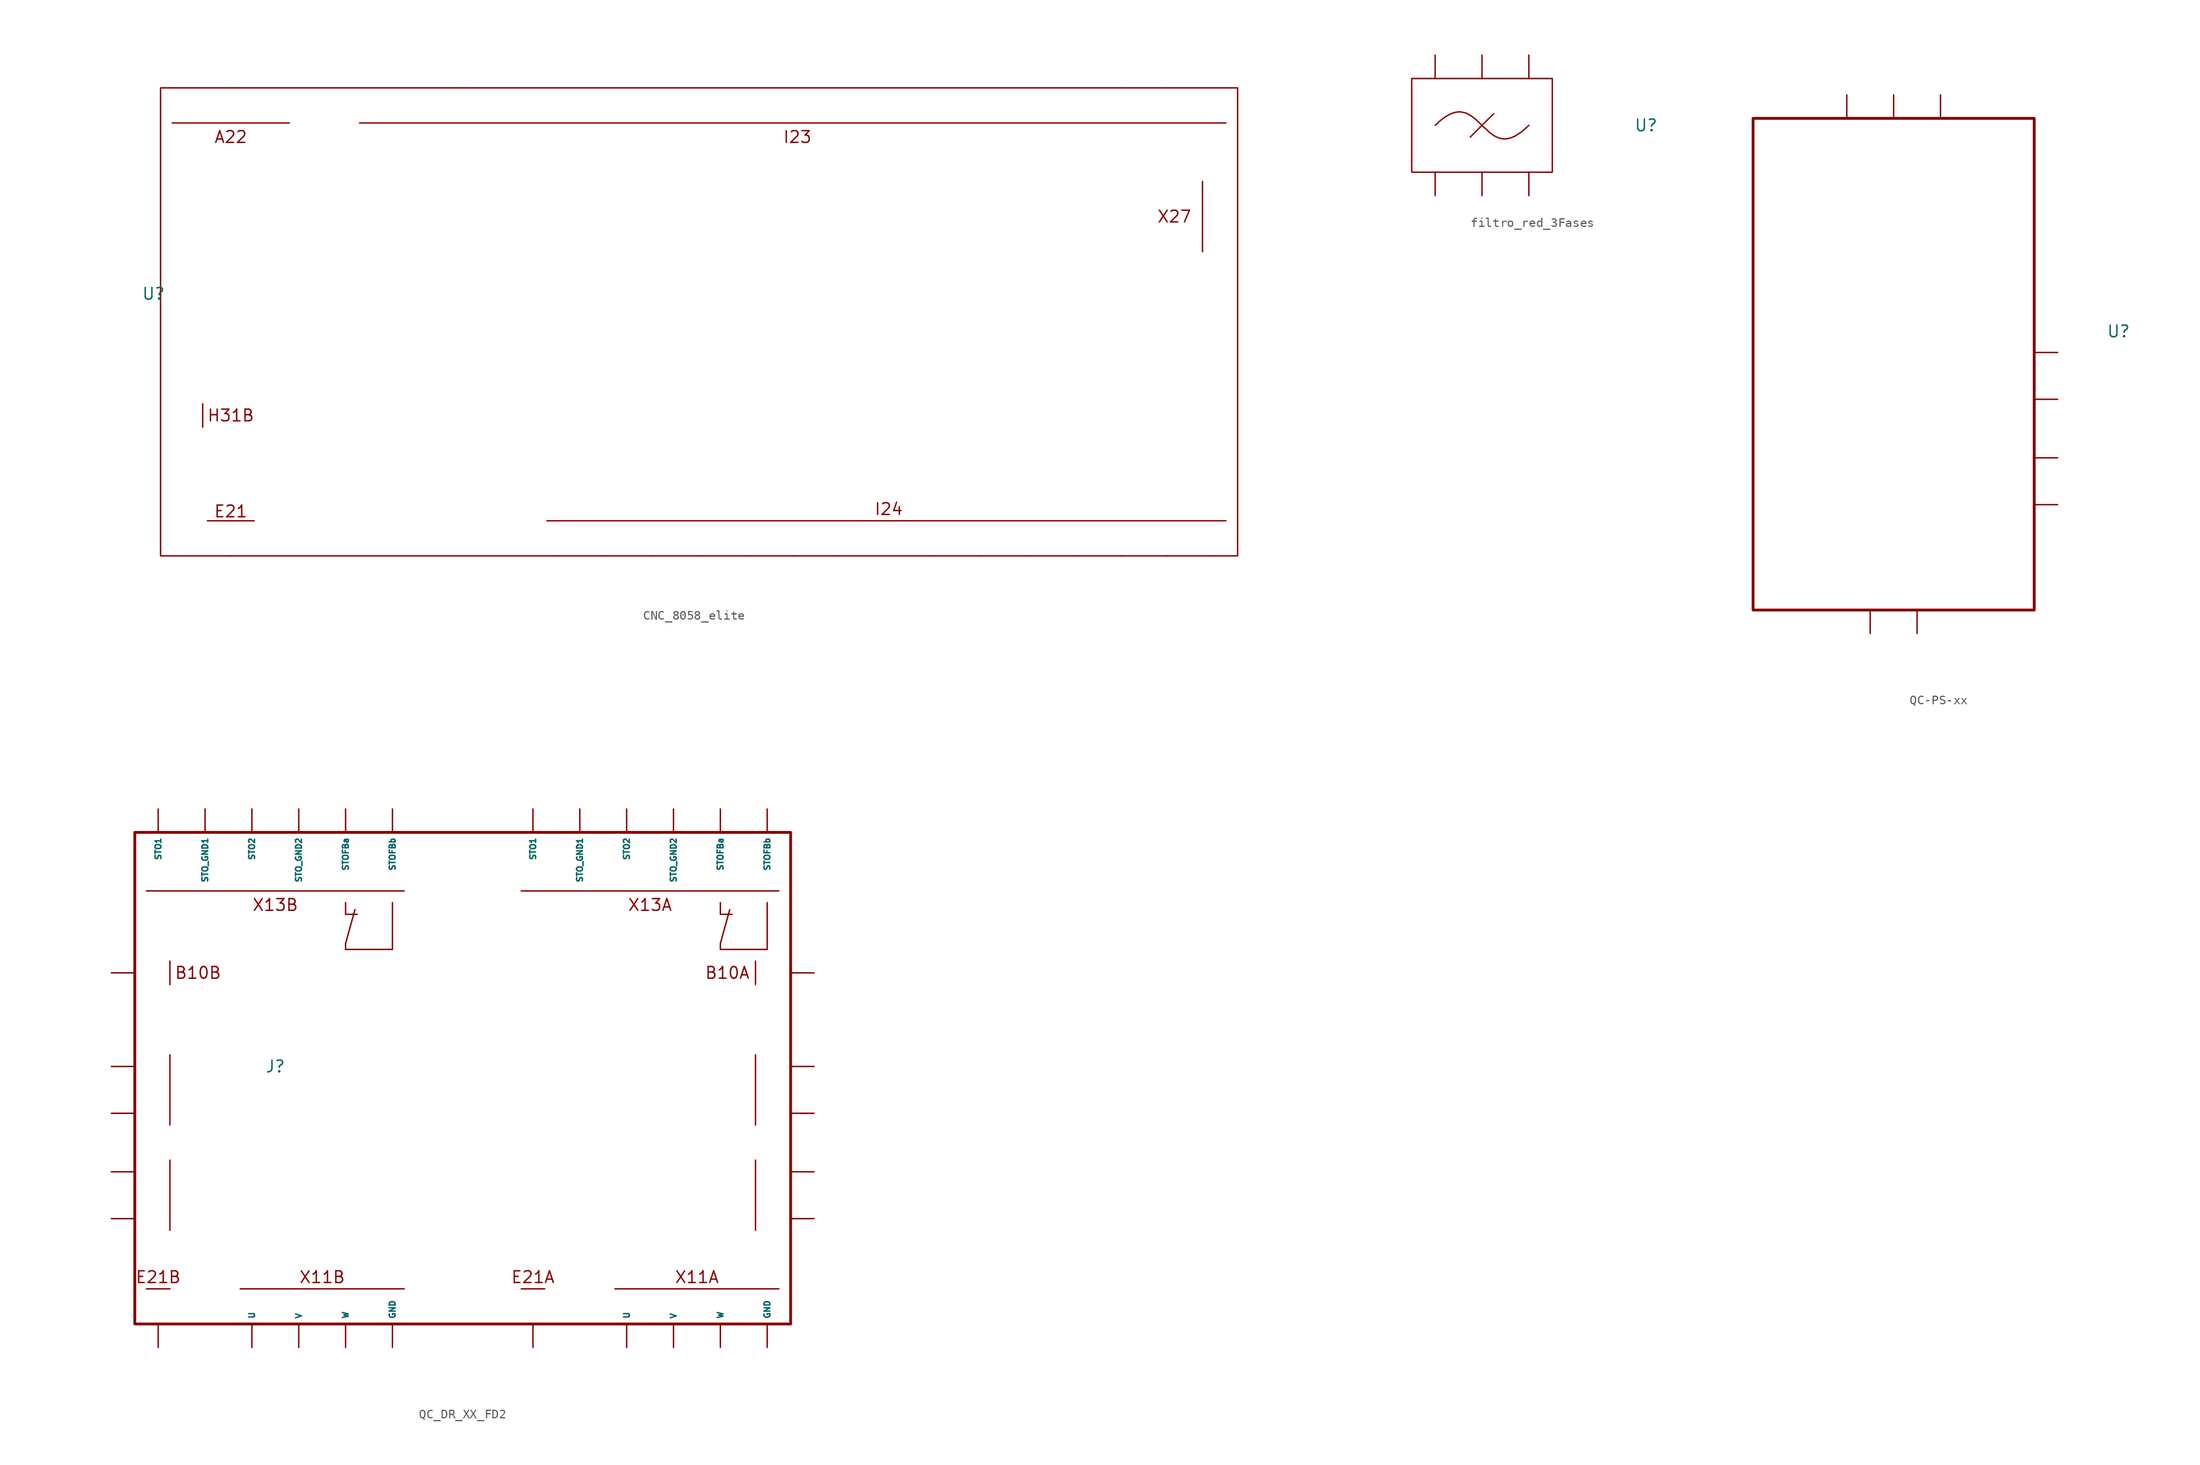
<source format=kicad_sym>
(kicad_symbol_lib
  (version 20241209)
  (generator "kicad_symbol_editor")
  (generator_version "9.0")
  (symbol "CNC_8058_elite"
    (property "Reference" "U"
      (at -59.182 3.048 0)
      (effects (font (size 1.27 1.27))))
    (property "Value" ""
      (at -25.4 0 0)
      (effects (font (size 1.27 1.27))))
    (symbol "CNC_8058_elite_0_1"
      (rectangle (start -58.42 25.4) (end 58.42 -25.4) (stroke (width 0) (type default)) (fill (type none)))
      (polyline (pts (xy -57.15 21.59) (xy -44.45 21.59)) (stroke (width 0) (type default)) (fill (type none)))
      (polyline (pts (xy -53.848 -8.89) (xy -53.848 -11.43)) (stroke (width 0) (type default)) (fill (type none)))
      (polyline (pts (xy -53.34 -21.59) (xy -48.26 -21.59)) (stroke (width 0) (type default)) (fill (type none)))
      (polyline (pts (xy -36.83 21.59) (xy 57.15 21.59)) (stroke (width 0) (type default)) (fill (type none)))
      (polyline (pts (xy -16.51 -21.59) (xy 57.15 -21.59)) (stroke (width 0) (type default)) (fill (type none)))
      (polyline (pts (xy 54.61 15.24) (xy 54.61 7.62)) (stroke (width 0) (type default)) (fill (type none))))
    (symbol "CNC_8058_elite_1_1"
      (text "A22" (at -50.8 20.066 0) (effects (font (size 1.27 1.27))))
      (text "H31B" (at -50.8 -10.16 0) (effects (font (size 1.27 1.27))))
      (text "E21" (at -50.8 -20.574 0) (effects (font (size 1.27 1.27))))
      (text "I23" (at 10.668 20.066 0) (effects (font (size 1.27 1.27))))
      (text "I24" (at 20.574 -20.32 0) (effects (font (size 1.27 1.27))))
      (text "X27" (at 51.562 11.43 0) (effects (font (size 1.27 1.27))))
      (pin input line (at -58.42 -10.16 0) (length 0) (name "" (effects (font (size 0.635 0.635)))) (number "" (effects (font (size 0.635 0.635)))))
      (pin input line (at -55.88 25.4 270) (length 0) (name "" (effects (font (size 0.635 0.635)))) (number "" (effects (font (size 0.635 0.635)))))
      (pin input line (at -50.8 25.4 270) (length 0) (name "" (effects (font (size 0.635 0.635)))) (number "" (effects (font (size 0.635 0.635)))))
      (pin input line (at -50.8 -25.4 90) (length 0) (name "" (effects (font (size 0.635 0.635)))) (number "" (effects (font (size 0.635 0.635)))))
      (pin input line (at -45.72 25.4 270) (length 0) (name "" (effects (font (size 0.635 0.635)))) (number "" (effects (font (size 0.635 0.635)))))
      (pin input line (at -35.56 25.4 270) (length 0) (name "" (effects (font (size 0.635 0.635)))) (number "" (effects (font (size 0.635 0.635)))))
      (pin input line (at -30.48 25.4 270) (length 0) (name "" (effects (font (size 0.635 0.635)))) (number "" (effects (font (size 0.635 0.635)))))
      (pin input line (at -25.4 25.4 270) (length 0) (name "" (effects (font (size 0.635 0.635)))) (number "" (effects (font (size 0.635 0.635)))))
      (pin input line (at -20.32 25.4 270) (length 0) (name "" (effects (font (size 0.635 0.635)))) (number "" (effects (font (size 0.635 0.635)))))
      (pin input line (at -15.24 25.4 270) (length 0) (name "" (effects (font (size 0.635 0.635)))) (number "" (effects (font (size 0.635 0.635)))))
      (pin output line (at -15.24 -25.4 90) (length 0) (name "" (effects (font (size 0.635 0.635)))) (number "" (effects (font (size 0.635 0.635)))))
      (pin input line (at -10.16 25.4 270) (length 0) (name "" (effects (font (size 0.635 0.635)))) (number "" (effects (font (size 0.635 0.635)))))
      (pin output line (at -10.16 -25.4 90) (length 0) (name "" (effects (font (size 0.635 0.635)))) (number "" (effects (font (size 0.635 0.635)))))
      (pin input line (at -5.08 25.4 270) (length 0) (name "" (effects (font (size 0.635 0.635)))) (number "" (effects (font (size 0.635 0.635)))))
      (pin output line (at -5.08 -25.4 90) (length 0) (name "" (effects (font (size 0.635 0.635)))) (number "" (effects (font (size 0.635 0.635)))))
      (pin input line (at 0 25.4 270) (length 0) (name "" (effects (font (size 0.635 0.635)))) (number "" (effects (font (size 0.635 0.635)))))
      (pin output line (at 0 -25.4 90) (length 0) (name "" (effects (font (size 0.635 0.635)))) (number "" (effects (font (size 0.635 0.635)))))
      (pin input line (at 5.08 25.4 270) (length 0) (name "" (effects (font (size 0.635 0.635)))) (number "" (effects (font (size 0.635 0.635)))))
      (pin output line (at 5.08 -25.4 90) (length 0) (name "" (effects (font (size 0.635 0.635)))) (number "" (effects (font (size 0.635 0.635)))))
      (pin output line (at 10.16 -25.4 90) (length 0) (name "" (effects (font (size 0.635 0.635)))) (number "" (effects (font (size 0.635 0.635)))))
      (pin input line (at 15.24 25.4 270) (length 0) (name "" (effects (font (size 0.635 0.635)))) (number "" (effects (font (size 0.635 0.635)))))
      (pin output line (at 15.24 -25.4 90) (length 0) (name "" (effects (font (size 0.635 0.635)))) (number "" (effects (font (size 0.635 0.635)))))
      (pin input line (at 20.32 25.4 270) (length 0) (name "" (effects (font (size 0.635 0.635)))) (number "" (effects (font (size 0.635 0.635)))))
      (pin input line (at 25.4 25.4 270) (length 0) (name "" (effects (font (size 0.635 0.635)))) (number "" (effects (font (size 0.635 0.635)))))
      (pin output line (at 25.4 -25.4 90) (length 0) (name "" (effects (font (size 0.635 0.635)))) (number "" (effects (font (size 0.635 0.635)))))
      (pin input line (at 30.48 25.4 270) (length 0) (name "" (effects (font (size 0.635 0.635)))) (number "" (effects (font (size 0.635 0.635)))))
      (pin output line (at 30.48 -25.4 90) (length 0) (name "" (effects (font (size 0.635 0.635)))) (number "" (effects (font (size 0.635 0.635)))))
      (pin input line (at 35.56 25.4 270) (length 0) (name "" (effects (font (size 0.635 0.635)))) (number "" (effects (font (size 0.635 0.635)))))
      (pin output line (at 35.56 -25.4 90) (length 0) (name "" (effects (font (size 0.635 0.635)))) (number "" (effects (font (size 0.635 0.635)))))
      (pin input line (at 40.64 25.4 270) (length 0) (name "" (effects (font (size 0.635 0.635)))) (number "" (effects (font (size 0.635 0.635)))))
      (pin output line (at 40.64 -25.4 90) (length 0) (name "" (effects (font (size 0.635 0.635)))) (number "" (effects (font (size 0.635 0.635)))))
      (pin input line (at 45.72 25.4 270) (length 0) (name "" (effects (font (size 0.635 0.635)))) (number "" (effects (font (size 0.635 0.635)))))
      (pin output line (at 45.72 -25.4 90) (length 0) (name "" (effects (font (size 0.635 0.635)))) (number "" (effects (font (size 0.635 0.635)))))
      (pin input line (at 50.8 25.4 270) (length 0) (name "" (effects (font (size 0.635 0.635)))) (number "" (effects (font (size 0.635 0.635)))))
      (pin output line (at 50.8 -25.4 90) (length 0) (name "" (effects (font (size 0.635 0.635)))) (number "" (effects (font (size 0.635 0.635)))))
      (pin input line (at 55.88 25.4 270) (length 0) (name "" (effects (font (size 0.635 0.635)))) (number "" (effects (font (size 0.635 0.635)))))
      (pin output line (at 55.88 -25.4 90) (length 0) (name "" (effects (font (size 0.635 0.635)))) (number "" (effects (font (size 0.635 0.635)))))
      (pin input line (at 58.42 13.97 180) (length 0) (name "" (effects (font (size 0.635 0.635)))) (number "" (effects (font (size 0.635 0.635)))))
      (pin output line (at 58.42 8.89 180) (length 0) (name "" (effects (font (size 0.635 0.635)))) (number "" (effects (font (size 0.635 0.635)))))))
  (symbol "filtro_red_3Fases"
    (property "Reference" "U"
      (at 17.78 0 0)
      (effects (font (size 1.27 1.27))))
    (property "Value" ""
      (at 0 0 0)
      (effects (font (size 1.27 1.27))))
    (symbol "filtro_red_3Fases_0_1"
      (rectangle (start -7.62 5.08) (end 7.62 -5.08) (stroke (width 0) (type default)) (fill (type none)))
      (bezier (pts (xy -5.08 0) (xy 0 5.08) (xy 0 -5.08) (xy 5.08 0)) (stroke (width 0) (type default)) (fill (type none)))
      (polyline (pts (xy -1.27 -1.27) (xy 1.27 1.27)) (stroke (width 0) (type default)) (fill (type none))))
    (symbol "filtro_red_3Fases_1_1"
      (pin input line (at -5.08 7.62 270) (length 2.54) (name "" (effects (font (size 1.27 1.27)))) (number "" (effects (font (size 1.27 1.27)))))
      (pin output line (at -5.08 -7.62 90) (length 2.54) (name "" (effects (font (size 1.27 1.27)))) (number "" (effects (font (size 1.27 1.27)))))
      (pin input line (at 0 7.62 270) (length 2.54) (name "" (effects (font (size 1.27 1.27)))) (number "" (effects (font (size 1.27 1.27)))))
      (pin output line (at 0 -7.62 90) (length 2.54) (name "" (effects (font (size 1.27 1.27)))) (number "" (effects (font (size 1.27 1.27)))))
      (pin input line (at 5.08 7.62 270) (length 2.54) (name "" (effects (font (size 1.27 1.27)))) (number "" (effects (font (size 1.27 1.27)))))
      (pin output line (at 5.08 -7.62 90) (length 2.54) (name "" (effects (font (size 1.27 1.27)))) (number "" (effects (font (size 1.27 1.27)))))))
  (symbol "QC-PS-xx"
    (property "Reference" "U"
      (at 24.384 3.556 0)
      (effects (font (size 1.27 1.27))))
    (property "Value" ""
      (at 0 0 0)
      (effects (font (size 1.27 1.27))))
    (symbol "QC-PS-xx_1_1"
      (rectangle (start -15.24 26.67) (end 15.24 -26.67) (stroke (width 0.305) (type solid)) (fill (type none)))
      (pin input line (at -5.08 29.21 270) (length 2.54) (name "" (effects (font (size 1.27 1.27)))) (number "" (effects (font (size 1.27 1.27)))))
      (pin output line (at -2.54 -29.21 90) (length 2.54) (name "" (effects (font (size 1.27 1.27)))) (number "" (effects (font (size 1.27 1.27)))))
      (pin input line (at 0 29.21 270) (length 2.54) (name "" (effects (font (size 1.27 1.27)))) (number "" (effects (font (size 1.27 1.27)))))
      (pin input line (at 2.54 -29.21 90) (length 2.54) (name "" (effects (font (size 1.27 1.27)))) (number "" (effects (font (size 1.27 1.27)))))
      (pin input line (at 5.08 29.21 270) (length 2.54) (name "" (effects (font (size 1.27 1.27)))) (number "" (effects (font (size 1.27 1.27)))))
      (pin output line (at 17.78 1.27 180) (length 2.54) (name "" (effects (font (size 1.27 1.27)))) (number "" (effects (font (size 1.27 1.27)))))
      (pin output line (at 17.78 -3.81 180) (length 2.54) (name "" (effects (font (size 1.27 1.27)))) (number "" (effects (font (size 1.27 1.27)))))
      (pin output line (at 17.78 -10.16 180) (length 2.54) (name "" (effects (font (size 1.27 1.27)))) (number "" (effects (font (size 1.27 1.27)))))
      (pin output line (at 17.78 -15.24 180) (length 2.54) (name "" (effects (font (size 1.27 1.27)))) (number "" (effects (font (size 1.27 1.27)))))))
  (symbol "QC_DR_XX_FD2"
    (property "Reference" "J"
      (at -20.32 0 0)
      (effects (font (size 1.27 1.27))))
    (property "Value" ""
      (at 0 0 0)
      (effects (font (size 1.27 1.27))))
    (symbol "QC_DR_XX_FD2_1_1"
      (rectangle (start -35.56 25.4) (end 35.56 -27.94) (stroke (width 0.305) (type solid)) (fill (type none)))
      (polyline (pts (xy -31.75 11.43) (xy -31.75 8.89)) (stroke (width 0) (type default)) (fill (type none)))
      (polyline (pts (xy -31.75 1.27) (xy -31.75 -6.35)) (stroke (width 0) (type default)) (fill (type none)))
      (polyline (pts (xy -31.75 -10.16) (xy -31.75 -17.78)) (stroke (width 0) (type default)) (fill (type none)))
      (polyline (pts (xy -31.75 -24.13) (xy -34.29 -24.13)) (stroke (width 0) (type default)) (fill (type none)))
      (polyline (pts (xy -24.13 -24.13) (xy -6.35 -24.13)) (stroke (width 0) (type default)) (fill (type none)))
      (polyline (pts (xy -12.7 17.78) (xy -12.7 16.51) (xy -11.43 16.51)) (stroke (width 0) (type default)) (fill (type none)))
      (polyline (pts (xy -12.7 13.335) (xy -12.7 12.7)) (stroke (width 0) (type default)) (fill (type none)))
      (polyline (pts (xy -12.7 13.335) (xy -11.684 17.018)) (stroke (width 0) (type default)) (fill (type none)))
      (polyline (pts (xy -7.62 17.78) (xy -7.62 12.7) (xy -12.7 12.7)) (stroke (width 0) (type default)) (fill (type none)))
      (polyline (pts (xy -6.35 19.05) (xy -34.29 19.05)) (stroke (width 0) (type default)) (fill (type none)))
      (polyline (pts (xy 8.89 -24.13) (xy 6.35 -24.13)) (stroke (width 0) (type default)) (fill (type none)))
      (polyline (pts (xy 16.51 -24.13) (xy 34.29 -24.13)) (stroke (width 0) (type default)) (fill (type none)))
      (polyline (pts (xy 27.94 17.78) (xy 27.94 16.51) (xy 29.21 16.51)) (stroke (width 0) (type default)) (fill (type none)))
      (polyline (pts (xy 27.94 13.335) (xy 27.94 12.7)) (stroke (width 0) (type default)) (fill (type none)))
      (polyline (pts (xy 27.94 13.335) (xy 28.956 17.018)) (stroke (width 0) (type default)) (fill (type none)))
      (polyline (pts (xy 31.75 11.43) (xy 31.75 8.89)) (stroke (width 0) (type default)) (fill (type none)))
      (polyline (pts (xy 31.75 1.27) (xy 31.75 -6.35)) (stroke (width 0) (type default)) (fill (type none)))
      (polyline (pts (xy 31.75 -10.16) (xy 31.75 -17.78)) (stroke (width 0) (type default)) (fill (type none)))
      (polyline (pts (xy 33.02 17.78) (xy 33.02 12.7) (xy 27.94 12.7)) (stroke (width 0) (type default)) (fill (type none)))
      (polyline (pts (xy 34.29 19.05) (xy 6.35 19.05)) (stroke (width 0) (type default)) (fill (type none)))
      (text "E21B" (at -33.02 -22.86 0) (effects (font (size 1.27 1.27))))
      (text "B10B" (at -28.702 10.16 0) (effects (font (size 1.27 1.27))))
      (text "X13B" (at -20.32 17.526 0) (effects (font (size 1.27 1.27))))
      (text "X11B" (at -15.24 -22.86 0) (effects (font (size 1.27 1.27))))
      (text "E21A" (at 7.62 -22.86 0) (effects (font (size 1.27 1.27))))
      (text "X13A" (at 20.32 17.526 0) (effects (font (size 1.27 1.27))))
      (text "X11A" (at 25.4 -22.86 0) (effects (font (size 1.27 1.27))))
      (text "B10A" (at 28.702 10.16 0) (effects (font (size 1.27 1.27))))
      (pin output line (at -38.1 10.16 0) (length 2.54) (name "" (effects (font (size 1.27 1.27)))) (number "" (effects (font (size 0.635 0.635)))))
      (pin output line (at -38.1 0 0) (length 2.54) (name "" (effects (font (size 1.27 1.27)))) (number "" (effects (font (size 0.635 0.635)))))
      (pin output line (at -38.1 -5.08 0) (length 2.54) (name "" (effects (font (size 1.27 1.27)))) (number "" (effects (font (size 0.635 0.635)))))
      (pin output line (at -38.1 -11.43 0) (length 2.54) (name "" (effects (font (size 1.27 1.27)))) (number "" (effects (font (size 0.635 0.635)))))
      (pin output line (at -38.1 -16.51 0) (length 2.54) (name "" (effects (font (size 1.27 1.27)))) (number "" (effects (font (size 0.635 0.635)))))
      (pin output line (at -33.02 27.94 270) (length 2.54) (name "STO1" (effects (font (size 0.635 0.635)))) (number "" (effects (font (size 0.635 0.635)))))
      (pin output line (at -33.02 -30.48 90) (length 2.54) (name "" (effects (font (size 1.27 1.27)))) (number "" (effects (font (size 0.635 0.635)))))
      (pin output line (at -27.94 27.94 270) (length 2.54) (name "STO_GND1" (effects (font (size 0.635 0.635)))) (number "" (effects (font (size 0.635 0.635)))))
      (pin output line (at -22.86 27.94 270) (length 2.54) (name "STO2" (effects (font (size 0.635 0.635)))) (number "" (effects (font (size 0.635 0.635)))))
      (pin output line (at -22.86 -30.48 90) (length 2.54) (name "U" (effects (font (size 0.635 0.635)))) (number "" (effects (font (size 0.635 0.635)))))
      (pin output line (at -17.78 27.94 270) (length 2.54) (name "STO_GND2" (effects (font (size 0.635 0.635)))) (number "" (effects (font (size 0.635 0.635)))))
      (pin output line (at -17.78 -30.48 90) (length 2.54) (name "V" (effects (font (size 0.635 0.635)))) (number "" (effects (font (size 0.635 0.635)))))
      (pin output line (at -12.7 27.94 270) (length 2.54) (name "STOFBa" (effects (font (size 0.635 0.635)))) (number "" (effects (font (size 0.635 0.635)))))
      (pin output line (at -12.7 -30.48 90) (length 2.54) (name "W" (effects (font (size 0.635 0.635)))) (number "" (effects (font (size 0.635 0.635)))))
      (pin output line (at -7.62 27.94 270) (length 2.54) (name "STOFBb" (effects (font (size 0.635 0.635)))) (number "" (effects (font (size 0.635 0.635)))))
      (pin output line (at -7.62 -30.48 90) (length 2.54) (name "GND" (effects (font (size 0.635 0.635)))) (number "" (effects (font (size 0.635 0.635)))))
      (pin output line (at 7.62 27.94 270) (length 2.54) (name "STO1" (effects (font (size 0.635 0.635)))) (number "" (effects (font (size 0.635 0.635)))))
      (pin output line (at 7.62 -30.48 90) (length 2.54) (name "" (effects (font (size 1.27 1.27)))) (number "" (effects (font (size 0.635 0.635)))))
      (pin output line (at 12.7 27.94 270) (length 2.54) (name "STO_GND1" (effects (font (size 0.635 0.635)))) (number "" (effects (font (size 0.635 0.635)))))
      (pin output line (at 17.78 27.94 270) (length 2.54) (name "STO2" (effects (font (size 0.635 0.635)))) (number "" (effects (font (size 0.635 0.635)))))
      (pin output line (at 17.78 -30.48 90) (length 2.54) (name "U" (effects (font (size 0.635 0.635)))) (number "" (effects (font (size 0.635 0.635)))))
      (pin output line (at 22.86 27.94 270) (length 2.54) (name "STO_GND2" (effects (font (size 0.635 0.635)))) (number "" (effects (font (size 0.635 0.635)))))
      (pin output line (at 22.86 -30.48 90) (length 2.54) (name "V" (effects (font (size 0.635 0.635)))) (number "" (effects (font (size 0.635 0.635)))))
      (pin output line (at 27.94 27.94 270) (length 2.54) (name "STOFBa" (effects (font (size 0.635 0.635)))) (number "" (effects (font (size 0.635 0.635)))))
      (pin output line (at 27.94 -30.48 90) (length 2.54) (name "W" (effects (font (size 0.635 0.635)))) (number "" (effects (font (size 0.635 0.635)))))
      (pin output line (at 33.02 27.94 270) (length 2.54) (name "STOFBb" (effects (font (size 0.635 0.635)))) (number "" (effects (font (size 0.635 0.635)))))
      (pin output line (at 33.02 -30.48 90) (length 2.54) (name "GND" (effects (font (size 0.635 0.635)))) (number "" (effects (font (size 0.635 0.635)))))
      (pin output line (at 38.1 10.16 180) (length 2.54) (name "" (effects (font (size 1.27 1.27)))) (number "" (effects (font (size 0.635 0.635)))))
      (pin output line (at 38.1 0 180) (length 2.54) (name "" (effects (font (size 1.27 1.27)))) (number "" (effects (font (size 0.635 0.635)))))
      (pin output line (at 38.1 -5.08 180) (length 2.54) (name "" (effects (font (size 1.27 1.27)))) (number "" (effects (font (size 0.635 0.635)))))
      (pin output line (at 38.1 -11.43 180) (length 2.54) (name "" (effects (font (size 1.27 1.27)))) (number "" (effects (font (size 0.635 0.635)))))
      (pin output line (at 38.1 -16.51 180) (length 2.54) (name "" (effects (font (size 1.27 1.27)))) (number "" (effects (font (size 0.635 0.635))))))))
</source>
